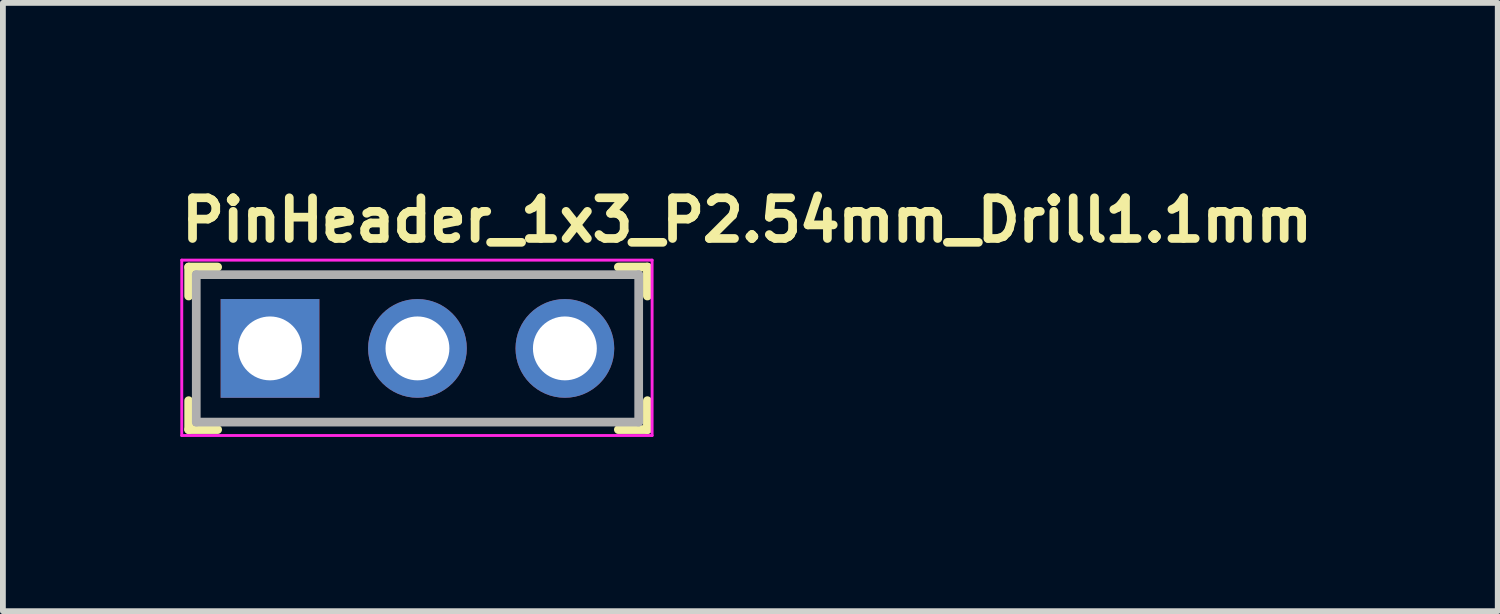
<source format=kicad_pcb>
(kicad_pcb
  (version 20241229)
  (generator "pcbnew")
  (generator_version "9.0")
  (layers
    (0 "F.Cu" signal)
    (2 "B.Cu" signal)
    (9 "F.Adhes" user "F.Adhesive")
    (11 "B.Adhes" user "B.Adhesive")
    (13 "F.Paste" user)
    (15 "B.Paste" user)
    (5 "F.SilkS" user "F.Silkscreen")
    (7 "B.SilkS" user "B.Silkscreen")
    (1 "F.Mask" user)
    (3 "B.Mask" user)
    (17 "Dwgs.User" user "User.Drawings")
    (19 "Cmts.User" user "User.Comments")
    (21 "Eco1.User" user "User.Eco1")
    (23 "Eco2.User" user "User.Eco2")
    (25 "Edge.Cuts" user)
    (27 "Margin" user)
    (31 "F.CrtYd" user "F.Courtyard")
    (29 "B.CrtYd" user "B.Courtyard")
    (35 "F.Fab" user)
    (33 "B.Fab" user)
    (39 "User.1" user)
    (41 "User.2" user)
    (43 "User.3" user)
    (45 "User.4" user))
  (footprint "PinHeader_1x3_P2.54mm_Drill1.1mm"
    (layer "F.Cu")
    (at 1.6 2.95)
    (property "Reference" "PinHeader_1x3_P2.54mm_Drill1.1mm" (at -1.6 -1.8 0) (layer "F.SilkS") (effects (font (size 0.7 0.7) (thickness 0.15)) (justify left bottom)))
    (attr through_hole)
    (fp_line (start -1.401 -1.401) (end -1.401 -0.902) (stroke (width 0.15) (type solid)) (layer "F.SilkS"))
    (fp_line (start -1.401 -1.401) (end -0.902 -1.401) (stroke (width 0.15) (type solid)) (layer "F.SilkS"))
    (fp_line (start -1.401 1.398) (end -1.401 0.9) (stroke (width 0.15) (type solid)) (layer "F.SilkS"))
    (fp_line (start -1.401 1.398) (end -0.902 1.398) (stroke (width 0.15) (type solid)) (layer "F.SilkS"))
    (fp_line (start 6.499 -1.401) (end 5.999 -1.401) (stroke (width 0.15) (type solid)) (layer "F.SilkS"))
    (fp_line (start 6.499 -1.401) (end 6.499 -0.902) (stroke (width 0.15) (type solid)) (layer "F.SilkS"))
    (fp_line (start 6.499 1.398) (end 5.999 1.398) (stroke (width 0.15) (type solid)) (layer "F.SilkS"))
    (fp_line (start 6.499 1.398) (end 6.499 0.9) (stroke (width 0.15) (type solid)) (layer "F.SilkS"))
    (fp_line (start -1.52 -1.52) (end -1.52 1.5) (stroke (width 0.05) (type solid)) (layer "F.CrtYd"))
    (fp_line (start -1.52 -1.52) (end 6.58 -1.52) (stroke (width 0.05) (type solid)) (layer "F.CrtYd"))
    (fp_line (start -1.52 1.5) (end 6.58 1.5) (stroke (width 0.05) (type solid)) (layer "F.CrtYd"))
    (fp_line (start 6.58 -1.52) (end 6.58 1.5) (stroke (width 0.05) (type solid)) (layer "F.CrtYd"))
    (fp_line (start -1.27 -1.27) (end -1.27 1.269) (stroke (width 0.15) (type solid)) (layer "F.Fab"))
    (fp_line (start -1.27 -1.27) (end 6.349 -1.27) (stroke (width 0.15) (type solid)) (layer "F.Fab"))
    (fp_line (start -1.27 1.269) (end 6.349 1.269) (stroke (width 0.15) (type solid)) (layer "F.Fab"))
    (fp_line (start 6.349 -1.27) (end 6.349 1.269) (stroke (width 0.15) (type solid)) (layer "F.Fab"))
    (fp_rect (start -1.311 -1.27) (end 6.309 1.269) (stroke (width 0.1) (type solid)) (fill no) (layer "User.5"))
    (fp_line (start -1.311 0.77) (end -1.311 -0.772) (stroke (width 0.02) (type solid)) (layer "User.9"))
    (fp_line (start -1.311 0.77) (end -1.061 1.269) (stroke (width 0.02) (type solid)) (layer "User.9"))
    (fp_line (start -1.061 -1.27) (end -1.311 -0.772) (stroke (width 0.02) (type solid)) (layer "User.9"))
    (fp_line (start -0.36 -0.32) (end -0.16 -0.12) (stroke (width 0.02) (type solid)) (layer "User.9"))
    (fp_line (start -0.36 -0.32) (end 0.28 -0.32) (stroke (width 0.02) (type solid)) (layer "User.9"))
    (fp_line (start -0.36 0.32) (end -0.36 -0.32) (stroke (width 0.02) (type solid)) (layer "User.9"))
    (fp_line (start -0.16 -0.12) (end -0.16 0.119) (stroke (width 0.02) (type solid)) (layer "User.9"))
    (fp_line (start -0.16 0.119) (end -0.36 0.32) (stroke (width 0.02) (type solid)) (layer "User.9"))
    (fp_line (start -0.16 0.119) (end 0.08 0.119) (stroke (width 0.02) (type solid)) (layer "User.9"))
    (fp_line (start 0.08 -0.12) (end -0.16 -0.12) (stroke (width 0.02) (type solid)) (layer "User.9"))
    (fp_line (start 0.08 -0.12) (end 0.28 -0.32) (stroke (width 0.02) (type solid)) (layer "User.9"))
    (fp_line (start 0.08 0.119) (end 0.08 -0.12) (stroke (width 0.02) (type solid)) (layer "User.9"))
    (fp_line (start 0.08 0.119) (end 0.28 0.32) (stroke (width 0.02) (type solid)) (layer "User.9"))
    (fp_line (start 0.28 -0.32) (end 0.28 0.32) (stroke (width 0.02) (type solid)) (layer "User.9"))
    (fp_line (start 0.28 0.32) (end -0.36 0.32) (stroke (width 0.02) (type solid)) (layer "User.9"))
    (fp_line (start 0.978 -1.27) (end -1.061 -1.27) (stroke (width 0.02) (type solid)) (layer "User.9"))
    (fp_line (start 0.978 1.269) (end -1.061 1.269) (stroke (width 0.02) (type solid)) (layer "User.9"))
    (fp_line (start 0.978 1.269) (end 1.229 0.77) (stroke (width 0.02) (type solid)) (layer "User.9"))
    (fp_line (start 1.229 -0.772) (end 0.978 -1.27) (stroke (width 0.02) (type solid)) (layer "User.9"))
    (fp_line (start 1.229 0.77) (end 1.479 1.269) (stroke (width 0.02) (type solid)) (layer "User.9"))
    (fp_line (start 1.479 -1.27) (end 1.229 -0.772) (stroke (width 0.02) (type solid)) (layer "User.9"))
    (fp_line (start 2.18 -0.32) (end 2.378 -0.12) (stroke (width 0.02) (type solid)) (layer "User.9"))
    (fp_line (start 2.18 -0.32) (end 2.818 -0.32) (stroke (width 0.02) (type solid)) (layer "User.9"))
    (fp_line (start 2.18 0.32) (end 2.18 -0.32) (stroke (width 0.02) (type solid)) (layer "User.9"))
    (fp_line (start 2.378 -0.12) (end 2.378 0.119) (stroke (width 0.02) (type solid)) (layer "User.9"))
    (fp_line (start 2.378 0.119) (end 2.18 0.32) (stroke (width 0.02) (type solid)) (layer "User.9"))
    (fp_line (start 2.378 0.119) (end 2.62 0.119) (stroke (width 0.02) (type solid)) (layer "User.9"))
    (fp_line (start 2.62 -0.12) (end 2.378 -0.12) (stroke (width 0.02) (type solid)) (layer "User.9"))
    (fp_line (start 2.62 -0.12) (end 2.818 -0.32) (stroke (width 0.02) (type solid)) (layer "User.9"))
    (fp_line (start 2.62 0.119) (end 2.62 -0.12) (stroke (width 0.02) (type solid)) (layer "User.9"))
    (fp_line (start 2.62 0.119) (end 2.818 0.32) (stroke (width 0.02) (type solid)) (layer "User.9"))
    (fp_line (start 2.818 -0.32) (end 2.818 0.32) (stroke (width 0.02) (type solid)) (layer "User.9"))
    (fp_line (start 2.818 0.32) (end 2.18 0.32) (stroke (width 0.02) (type solid)) (layer "User.9"))
    (fp_line (start 3.519 -1.27) (end 1.479 -1.27) (stroke (width 0.02) (type solid)) (layer "User.9"))
    (fp_line (start 3.519 1.269) (end 1.479 1.269) (stroke (width 0.02) (type solid)) (layer "User.9"))
    (fp_line (start 3.519 1.269) (end 3.769 0.77) (stroke (width 0.02) (type solid)) (layer "User.9"))
    (fp_line (start 3.769 -0.772) (end 3.519 -1.27) (stroke (width 0.02) (type solid)) (layer "User.9"))
    (fp_line (start 3.769 0.77) (end 4.019 1.269) (stroke (width 0.02) (type solid)) (layer "User.9"))
    (fp_line (start 4.019 -1.27) (end 3.769 -0.772) (stroke (width 0.02) (type solid)) (layer "User.9"))
    (fp_line (start 4.719 -0.32) (end 4.919 -0.12) (stroke (width 0.02) (type solid)) (layer "User.9"))
    (fp_line (start 4.719 -0.32) (end 5.36 -0.32) (stroke (width 0.02) (type solid)) (layer "User.9"))
    (fp_line (start 4.719 0.32) (end 4.719 -0.32) (stroke (width 0.02) (type solid)) (layer "User.9"))
    (fp_line (start 4.919 -0.12) (end 4.919 0.119) (stroke (width 0.02) (type solid)) (layer "User.9"))
    (fp_line (start 4.919 0.119) (end 4.719 0.32) (stroke (width 0.02) (type solid)) (layer "User.9"))
    (fp_line (start 4.919 0.119) (end 5.16 0.119) (stroke (width 0.02) (type solid)) (layer "User.9"))
    (fp_line (start 5.16 -0.12) (end 4.919 -0.12) (stroke (width 0.02) (type solid)) (layer "User.9"))
    (fp_line (start 5.16 -0.12) (end 5.36 -0.32) (stroke (width 0.02) (type solid)) (layer "User.9"))
    (fp_line (start 5.16 0.119) (end 5.16 -0.12) (stroke (width 0.02) (type solid)) (layer "User.9"))
    (fp_line (start 5.16 0.119) (end 5.36 0.32) (stroke (width 0.02) (type solid)) (layer "User.9"))
    (fp_line (start 5.36 -0.32) (end 5.36 0.32) (stroke (width 0.02) (type solid)) (layer "User.9"))
    (fp_line (start 5.36 0.32) (end 4.719 0.32) (stroke (width 0.02) (type solid)) (layer "User.9"))
    (fp_line (start 6.059 -1.27) (end 4.019 -1.27) (stroke (width 0.02) (type solid)) (layer "User.9"))
    (fp_line (start 6.059 1.269) (end 4.019 1.269) (stroke (width 0.02) (type solid)) (layer "User.9"))
    (fp_line (start 6.059 1.269) (end 6.309 0.77) (stroke (width 0.02) (type solid)) (layer "User.9"))
    (fp_line (start 6.309 -0.772) (end 6.059 -1.27) (stroke (width 0.02) (type solid)) (layer "User.9"))
    (fp_line (start 6.309 0.77) (end 6.309 -0.772) (stroke (width 0.02) (type solid)) (layer "User.9"))
    (pad "1" thru_hole rect (at 0 0) (size 1.7 1.7) (drill 1.1) (layers "*.Cu" "*.Mask"))
    (pad "2" thru_hole circle (at 2.539 0) (size 1.7 1.7) (drill 1.1) (layers "*.Cu" "*.Mask"))
    (pad "3" thru_hole circle (at 5.078 0) (size 1.7 1.7) (drill 1.1) (layers "*.Cu" "*.Mask")))
  (gr_rect
    (start -3 -3)
    (end 22.743 7.475)
    (stroke (width 0.1) (type default))
    (fill no)
    (layer "Edge.Cuts")))
</source>
